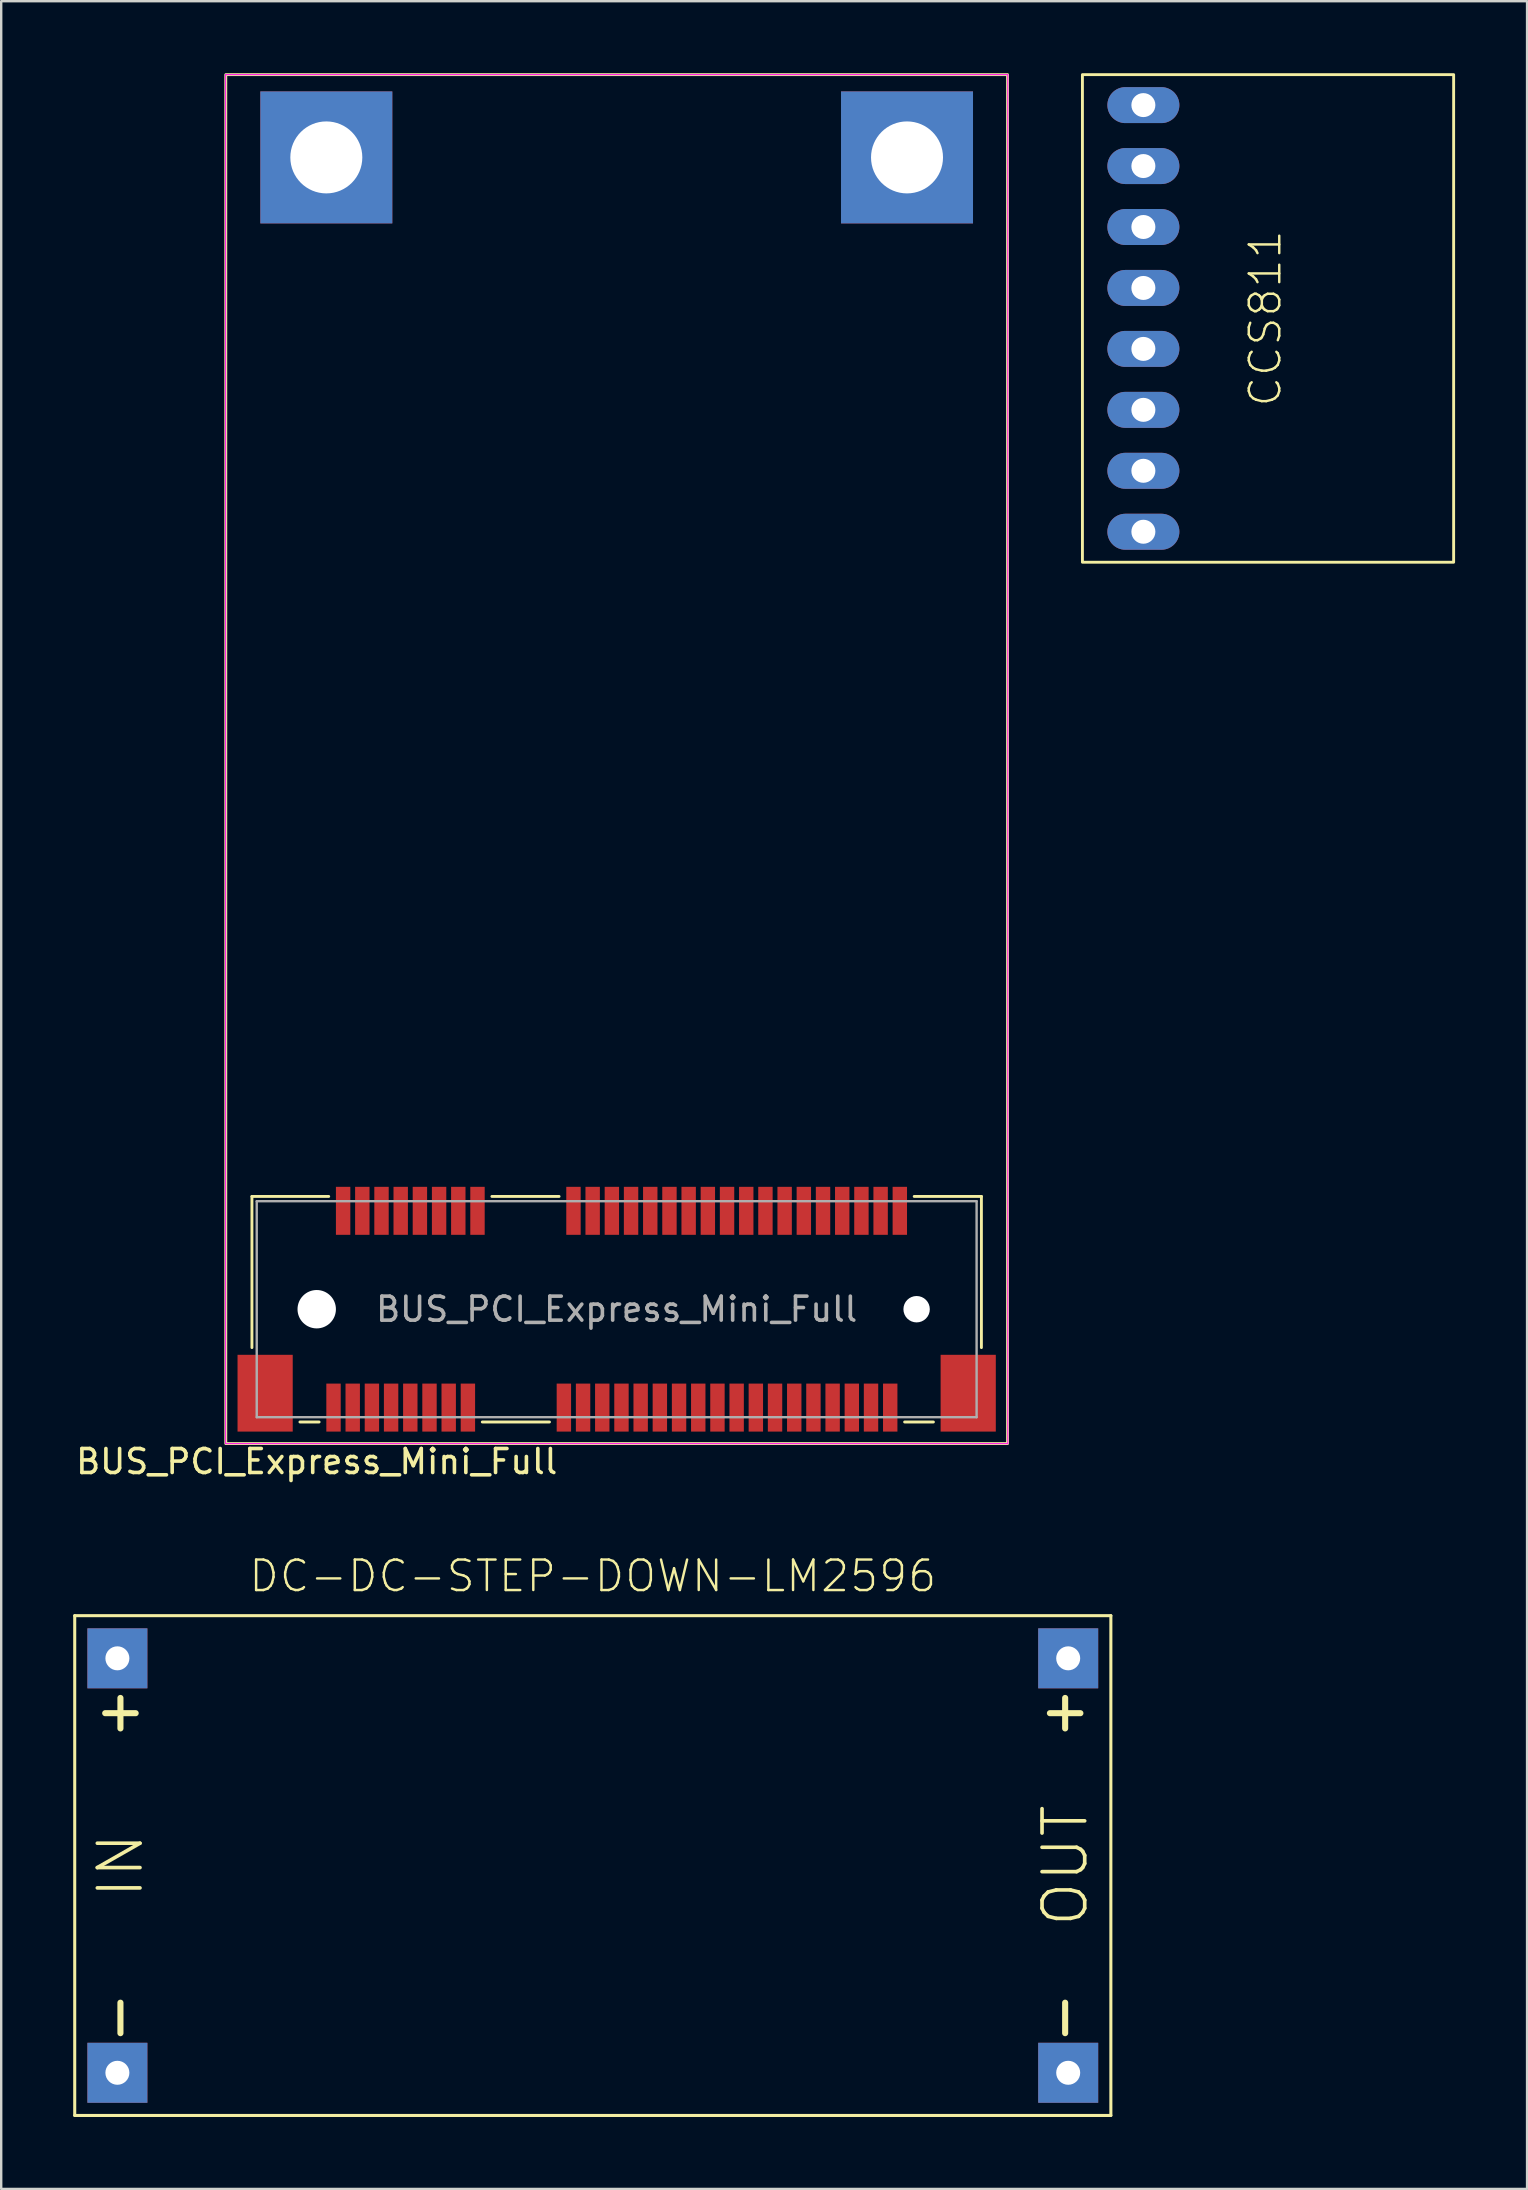
<source format=kicad_pcb>
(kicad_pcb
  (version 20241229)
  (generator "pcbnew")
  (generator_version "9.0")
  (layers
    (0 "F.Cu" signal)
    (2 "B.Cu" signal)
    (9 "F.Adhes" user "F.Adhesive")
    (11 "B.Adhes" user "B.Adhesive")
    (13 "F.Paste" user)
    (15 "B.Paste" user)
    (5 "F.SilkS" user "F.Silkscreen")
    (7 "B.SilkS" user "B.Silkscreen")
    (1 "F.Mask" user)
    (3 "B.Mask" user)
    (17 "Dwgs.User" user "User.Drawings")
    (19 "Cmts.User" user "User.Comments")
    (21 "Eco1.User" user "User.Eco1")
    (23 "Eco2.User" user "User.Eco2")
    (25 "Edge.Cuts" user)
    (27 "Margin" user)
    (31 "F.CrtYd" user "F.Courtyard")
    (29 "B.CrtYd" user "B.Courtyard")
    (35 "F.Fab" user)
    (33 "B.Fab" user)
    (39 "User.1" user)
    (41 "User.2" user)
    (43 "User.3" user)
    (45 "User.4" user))
  (footprint "BUS_PCI_Express_Mini_Full"
    (layer "F.Cu")
    (at 22.649 51.51)
    (property "Reference" "BUS_PCI_Express_Mini_Full" (at -12.5 6.35 180) (layer "F.SilkS") (effects (font (size 1 1) (thickness 0.15))))
    (attr smd)
    (fp_line (start -15.2 -4.7) (end -15.2 1.6) (stroke (width 0.12) (type solid)) (layer "F.SilkS"))
    (fp_line (start -13.2 4.7) (end -12.4 4.7) (stroke (width 0.12) (type solid)) (layer "F.SilkS"))
    (fp_line (start -12 -4.7) (end -15.2 -4.7) (stroke (width 0.12) (type solid)) (layer "F.SilkS"))
    (fp_line (start -5.6 4.7) (end -2.8 4.7) (stroke (width 0.12) (type solid)) (layer "F.SilkS"))
    (fp_line (start -2.4 -4.7) (end -5.2 -4.7) (stroke (width 0.12) (type solid)) (layer "F.SilkS"))
    (fp_line (start 12 4.7) (end 13.2 4.7) (stroke (width 0.12) (type solid)) (layer "F.SilkS"))
    (fp_line (start 15.2 -4.7) (end 12.4 -4.7) (stroke (width 0.12) (type solid)) (layer "F.SilkS"))
    (fp_line (start 15.2 1.6) (end 15.2 -4.7) (stroke (width 0.12) (type solid)) (layer "F.SilkS"))
    (fp_rect (start -16.29 -51.45) (end 16.29 5.6) (stroke (width 0.12) (type solid)) (fill no) (layer "F.SilkS"))
    (fp_line (start -16.3 -51.45) (end 16.3 -51.45) (stroke (width 0.05) (type solid)) (layer "F.CrtYd"))
    (fp_line (start -16.3 5.6) (end -16.3 -51.45) (stroke (width 0.05) (type solid)) (layer "F.CrtYd"))
    (fp_line (start 16.3 -51.45) (end 16.3 5.6) (stroke (width 0.05) (type solid)) (layer "F.CrtYd"))
    (fp_line (start 16.3 5.6) (end -16.3 5.6) (stroke (width 0.05) (type solid)) (layer "F.CrtYd"))
    (fp_line (start -15 -4.5) (end -15 4.5) (stroke (width 0.1) (type solid)) (layer "F.Fab"))
    (fp_line (start -15 4.5) (end 15 4.5) (stroke (width 0.1) (type solid)) (layer "F.Fab"))
    (fp_line (start 15 -4.5) (end -15 -4.5) (stroke (width 0.1) (type solid)) (layer "F.Fab"))
    (fp_line (start 15 4.5) (end 15 -4.5) (stroke (width 0.1) (type solid)) (layer "F.Fab"))
    (fp_text user "${REFERENCE}" (at 0 0 0) (layer "F.Fab") (effects (font (size 1 1) (thickness 0.15))))
    (pad "" np_thru_hole circle (at -12.5 0) (size 1.6 1.6) (drill 1.6) (layers "*.Cu" "*.Mask"))
    (pad "" np_thru_hole circle (at 12.5 0) (size 1.1 1.1) (drill 1.1) (layers "*.Cu" "*.Mask"))
    (pad "1" smd rect (at -11.8 4.1) (size 0.6 2) (layers "F.Cu" "F.Mask" "F.Paste"))
    (pad "2" smd rect (at -11.4 -4.1) (size 0.6 2) (layers "F.Cu" "F.Mask" "F.Paste"))
    (pad "3" smd rect (at -11 4.1) (size 0.6 2) (layers "F.Cu" "F.Mask" "F.Paste"))
    (pad "4" smd rect (at -10.6 -4.1) (size 0.6 2) (layers "F.Cu" "F.Mask" "F.Paste"))
    (pad "5" smd rect (at -10.2 4.1) (size 0.6 2) (layers "F.Cu" "F.Mask" "F.Paste"))
    (pad "6" smd rect (at -9.8 -4.1) (size 0.6 2) (layers "F.Cu" "F.Mask" "F.Paste"))
    (pad "7" smd rect (at -9.4 4.1) (size 0.6 2) (layers "F.Cu" "F.Mask" "F.Paste"))
    (pad "8" smd rect (at -9 -4.1) (size 0.6 2) (layers "F.Cu" "F.Mask" "F.Paste"))
    (pad "9" smd rect (at -8.6 4.1) (size 0.6 2) (layers "F.Cu" "F.Mask" "F.Paste"))
    (pad "10" smd rect (at -8.2 -4.1) (size 0.6 2) (layers "F.Cu" "F.Mask" "F.Paste"))
    (pad "11" smd rect (at -7.8 4.1) (size 0.6 2) (layers "F.Cu" "F.Mask" "F.Paste"))
    (pad "12" smd rect (at -7.4 -4.1) (size 0.6 2) (layers "F.Cu" "F.Mask" "F.Paste"))
    (pad "13" smd rect (at -7 4.1) (size 0.6 2) (layers "F.Cu" "F.Mask" "F.Paste"))
    (pad "14" smd rect (at -6.6 -4.1) (size 0.6 2) (layers "F.Cu" "F.Mask" "F.Paste"))
    (pad "15" smd rect (at -6.2 4.1) (size 0.6 2) (layers "F.Cu" "F.Mask" "F.Paste"))
    (pad "16" smd rect (at -5.8 -4.1) (size 0.6 2) (layers "F.Cu" "F.Mask" "F.Paste"))
    (pad "17" smd rect (at -2.2 4.1) (size 0.6 2) (layers "F.Cu" "F.Mask" "F.Paste"))
    (pad "18" smd rect (at -1.8 -4.1) (size 0.6 2) (layers "F.Cu" "F.Mask" "F.Paste"))
    (pad "19" smd rect (at -1.4 4.1) (size 0.6 2) (layers "F.Cu" "F.Mask" "F.Paste"))
    (pad "20" smd rect (at -1 -4.1) (size 0.6 2) (layers "F.Cu" "F.Mask" "F.Paste"))
    (pad "21" smd rect (at -0.6 4.1) (size 0.6 2) (layers "F.Cu" "F.Mask" "F.Paste"))
    (pad "22" smd rect (at -0.2 -4.1) (size 0.6 2) (layers "F.Cu" "F.Mask" "F.Paste"))
    (pad "23" smd rect (at 0.2 4.1) (size 0.6 2) (layers "F.Cu" "F.Mask" "F.Paste"))
    (pad "24" smd rect (at 0.6 -4.1) (size 0.6 2) (layers "F.Cu" "F.Mask" "F.Paste"))
    (pad "25" smd rect (at 1 4.1) (size 0.6 2) (layers "F.Cu" "F.Mask" "F.Paste"))
    (pad "26" smd rect (at 1.4 -4.1) (size 0.6 2) (layers "F.Cu" "F.Mask" "F.Paste"))
    (pad "27" smd rect (at 1.8 4.1) (size 0.6 2) (layers "F.Cu" "F.Mask" "F.Paste"))
    (pad "28" smd rect (at 2.2 -4.1) (size 0.6 2) (layers "F.Cu" "F.Mask" "F.Paste"))
    (pad "29" smd rect (at 2.6 4.1) (size 0.6 2) (layers "F.Cu" "F.Mask" "F.Paste"))
    (pad "30" smd rect (at 3 -4.1) (size 0.6 2) (layers "F.Cu" "F.Mask" "F.Paste"))
    (pad "31" smd rect (at 3.4 4.1) (size 0.6 2) (layers "F.Cu" "F.Mask" "F.Paste"))
    (pad "32" smd rect (at 3.8 -4.1) (size 0.6 2) (layers "F.Cu" "F.Mask" "F.Paste"))
    (pad "33" smd rect (at 4.2 4.1) (size 0.6 2) (layers "F.Cu" "F.Mask" "F.Paste"))
    (pad "34" smd rect (at 4.6 -4.1) (size 0.6 2) (layers "F.Cu" "F.Mask" "F.Paste"))
    (pad "35" smd rect (at 5 4.1) (size 0.6 2) (layers "F.Cu" "F.Mask" "F.Paste"))
    (pad "36" smd rect (at 5.4 -4.1) (size 0.6 2) (layers "F.Cu" "F.Mask" "F.Paste"))
    (pad "37" smd rect (at 5.8 4.1) (size 0.6 2) (layers "F.Cu" "F.Mask" "F.Paste"))
    (pad "38" smd rect (at 6.2 -4.1) (size 0.6 2) (layers "F.Cu" "F.Mask" "F.Paste"))
    (pad "39" smd rect (at 6.6 4.1) (size 0.6 2) (layers "F.Cu" "F.Mask" "F.Paste"))
    (pad "40" smd rect (at 7 -4.1) (size 0.6 2) (layers "F.Cu" "F.Mask" "F.Paste"))
    (pad "41" smd rect (at 7.4 4.1) (size 0.6 2) (layers "F.Cu" "F.Mask" "F.Paste"))
    (pad "42" smd rect (at 7.8 -4.1) (size 0.6 2) (layers "F.Cu" "F.Mask" "F.Paste"))
    (pad "43" smd rect (at 8.2 4.1) (size 0.6 2) (layers "F.Cu" "F.Mask" "F.Paste"))
    (pad "44" smd rect (at 8.6 -4.1) (size 0.6 2) (layers "F.Cu" "F.Mask" "F.Paste"))
    (pad "45" smd rect (at 9 4.1) (size 0.6 2) (layers "F.Cu" "F.Mask" "F.Paste"))
    (pad "46" smd rect (at 9.4 -4.1) (size 0.6 2) (layers "F.Cu" "F.Mask" "F.Paste"))
    (pad "47" smd rect (at 9.8 4.1) (size 0.6 2) (layers "F.Cu" "F.Mask" "F.Paste"))
    (pad "48" smd rect (at 10.2 -4.1) (size 0.6 2) (layers "F.Cu" "F.Mask" "F.Paste"))
    (pad "49" smd rect (at 10.6 4.1) (size 0.6 2) (layers "F.Cu" "F.Mask" "F.Paste"))
    (pad "50" smd rect (at 11 -4.1) (size 0.6 2) (layers "F.Cu" "F.Mask" "F.Paste"))
    (pad "51" smd rect (at 11.4 4.1) (size 0.6 2) (layers "F.Cu" "F.Mask" "F.Paste"))
    (pad "52" smd rect (at 11.8 -4.1) (size 0.6 2) (layers "F.Cu" "F.Mask" "F.Paste"))
    (pad "53" thru_hole rect (at -12.1 -48) (size 5.5 5.5) (drill 3) (layers "*.Cu" "*.Mask"))
    (pad "53" thru_hole rect (at 12.1 -48) (size 5.5 5.5) (drill 3) (layers "*.Cu" "*.Mask"))
    (pad "MP" smd rect (at -14.65 3.5) (size 2.3 3.2) (layers "F.Cu" "F.Mask" "F.Paste"))
    (pad "MP" smd rect (at 14.65 3.5) (size 2.3 3.2) (layers "F.Cu" "F.Mask" "F.Paste")))
  (footprint "DC-DC-STEP-DOWN-LM2596"
    (layer "F.Cu")
    (at 21.654 74.695)
    (property "Reference" "DC-DC-STEP-DOWN-LM2596" (at 0 -12.065 0) (layer "F.SilkS") (effects (font (size 1.27 1.27) (thickness 0.102))))
    (attr through_hole)
    (fp_line (start -21.59 -10.414) (end 21.59 -10.414) (stroke (width 0.127) (type solid)) (layer "F.SilkS"))
    (fp_line (start -21.59 10.414) (end -21.59 -10.414) (stroke (width 0.127) (type solid)) (layer "F.SilkS"))
    (fp_line (start -20.32 -6.35) (end -19.05 -6.35) (stroke (width 0.254) (type solid)) (layer "F.SilkS"))
    (fp_line (start -19.685 -6.985) (end -19.685 -5.715) (stroke (width 0.254) (type solid)) (layer "F.SilkS"))
    (fp_line (start -19.685 6.985) (end -19.685 5.715) (stroke (width 0.254) (type solid)) (layer "F.SilkS"))
    (fp_line (start 19.05 -6.35) (end 20.32 -6.35) (stroke (width 0.254) (type solid)) (layer "F.SilkS"))
    (fp_line (start 19.685 -6.985) (end 19.685 -5.715) (stroke (width 0.254) (type solid)) (layer "F.SilkS"))
    (fp_line (start 19.685 6.985) (end 19.685 5.715) (stroke (width 0.254) (type solid)) (layer "F.SilkS"))
    (fp_line (start 21.59 -10.414) (end 21.59 10.414) (stroke (width 0.127) (type solid)) (layer "F.SilkS"))
    (fp_line (start 21.59 10.414) (end -21.59 10.414) (stroke (width 0.127) (type solid)) (layer "F.SilkS"))
    (fp_text user "IN" (at -19.685 0 90) (layer "F.SilkS") (effects (font (size 1.778 1.778) (thickness 0.152))))
    (fp_text user "OUT" (at 19.685 0 90) (layer "F.SilkS") (effects (font (size 1.778 1.778) (thickness 0.152))))
    (pad "IN+" thru_hole rect (at -19.812 -8.636) (size 2.5 2.5) (drill 1) (layers "*.Cu" "*.Mask"))
    (pad "IN-" thru_hole rect (at -19.812 8.636) (size 2.5 2.5) (drill 1) (layers "*.Cu" "*.Mask"))
    (pad "OUT+" thru_hole rect (at 19.812 -8.636) (size 2.5 2.5) (drill 1) (layers "*.Cu" "*.Mask"))
    (pad "OUT-" thru_hole rect (at 19.812 8.636) (size 2.5 2.5) (drill 1) (layers "*.Cu" "*.Mask")))
  (footprint "CCS811"
    (layer "F.Cu")
    (at 44.599 1.33)
    (property "Reference" "CCS811" (at 5.08 8.89 90) (layer "F.SilkS") (effects (font (size 1.27 1.27) (thickness 0.102))))
    (attr through_hole)
    (fp_rect (start -2.54 -1.27) (end 12.93 19.05) (stroke (width 0.12) (type solid)) (fill no) (layer "F.SilkS"))
    (pad "ADO" thru_hole oval (at 0 17.78 90) (size 1.5 3) (drill 1) (layers "*.Cu" "*.Paste" "*.Mask"))
    (pad "GND" thru_hole oval (at 0 2.54 90) (size 1.5 3) (drill 1) (layers "*.Cu" "*.Paste" "*.Mask"))
    (pad "INT" thru_hole oval (at 0 12.7 90) (size 1.5 3) (drill 1) (layers "*.Cu" "*.Paste" "*.Mask"))
    (pad "RST" thru_hole oval (at 0 15.24 90) (size 1.5 3) (drill 1) (layers "*.Cu" "*.Paste" "*.Mask"))
    (pad "SCL" thru_hole oval (at 0 5.08 90) (size 1.5 3) (drill 1) (layers "*.Cu" "*.Paste" "*.Mask"))
    (pad "SDA" thru_hole oval (at 0 7.62 90) (size 1.5 3) (drill 1) (layers "*.Cu" "*.Paste" "*.Mask"))
    (pad "VCC" thru_hole oval (at 0 0 90) (size 1.5 3) (drill 1) (layers "*.Cu" "*.Paste" "*.Mask"))
    (pad "WAK" thru_hole oval (at 0 10.16 90) (size 1.5 3) (drill 1) (layers "*.Cu" "*.Paste" "*.Mask")))
  (gr_rect
    (start -3 -3)
    (end 60.589 88.172)
    (stroke (width 0.1) (type default))
    (fill no)
    (layer "Edge.Cuts")))
</source>
